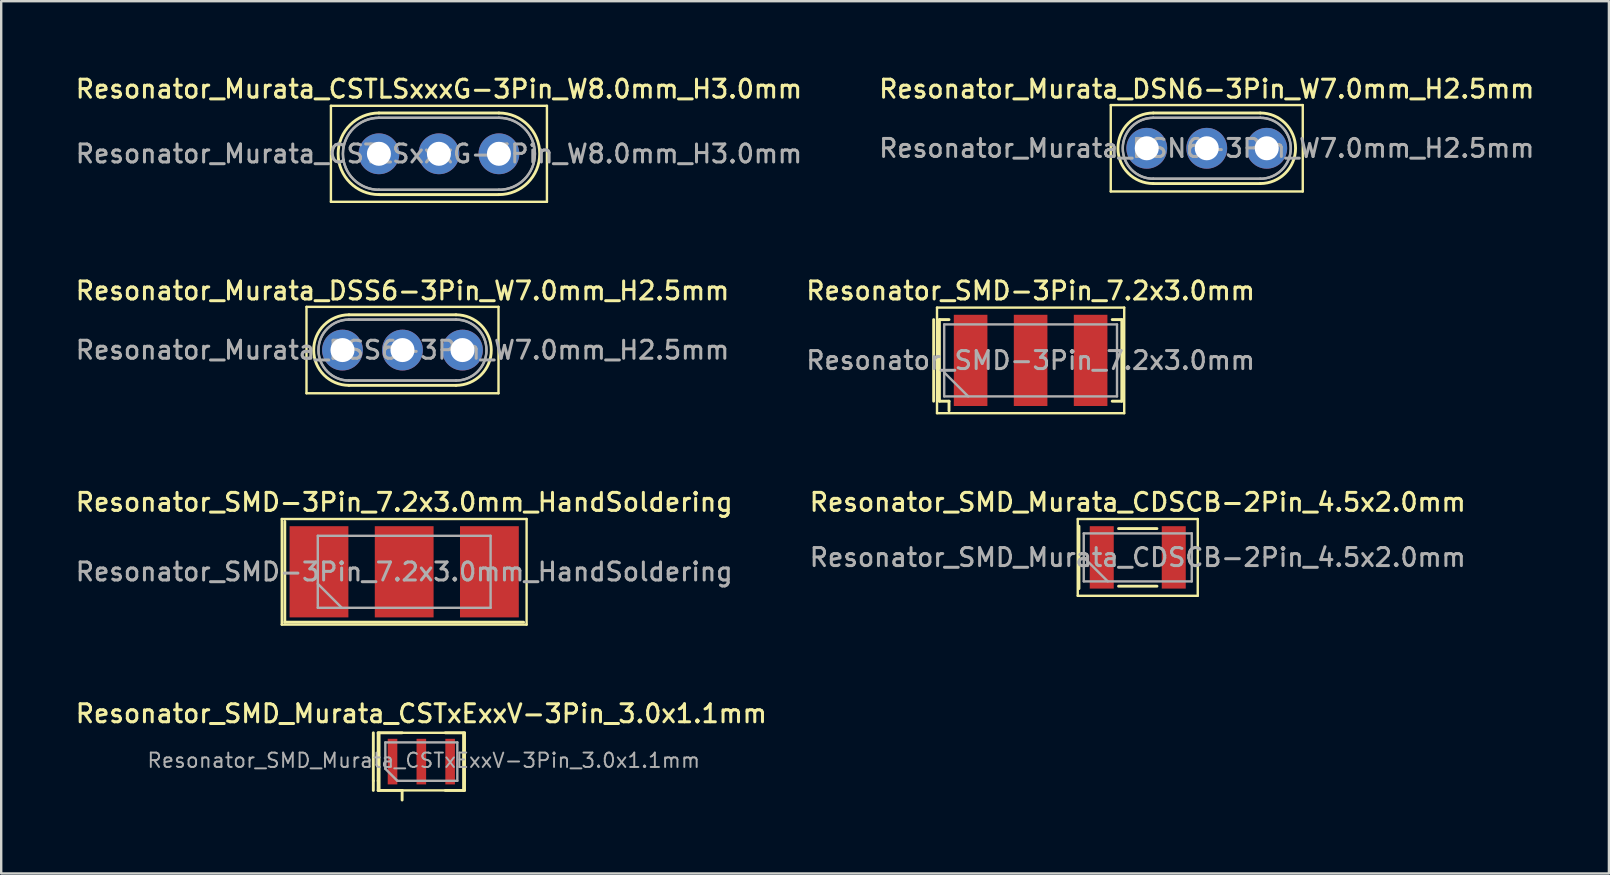
<source format=kicad_pcb>
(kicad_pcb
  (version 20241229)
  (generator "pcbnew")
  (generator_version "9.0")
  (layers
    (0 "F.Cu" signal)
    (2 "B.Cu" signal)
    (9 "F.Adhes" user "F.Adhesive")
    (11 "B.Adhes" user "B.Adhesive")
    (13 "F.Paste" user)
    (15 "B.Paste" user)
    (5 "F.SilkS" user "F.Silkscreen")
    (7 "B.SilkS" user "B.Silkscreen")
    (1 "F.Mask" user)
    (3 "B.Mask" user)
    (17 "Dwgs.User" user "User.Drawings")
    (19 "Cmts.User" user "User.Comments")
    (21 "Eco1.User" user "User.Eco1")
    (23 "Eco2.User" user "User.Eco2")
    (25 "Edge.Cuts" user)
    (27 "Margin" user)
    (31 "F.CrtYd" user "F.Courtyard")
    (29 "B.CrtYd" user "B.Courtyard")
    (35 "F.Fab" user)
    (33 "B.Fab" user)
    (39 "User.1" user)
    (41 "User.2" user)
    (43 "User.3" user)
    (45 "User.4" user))
  (footprint "Resonator_SMD-3Pin_7.2x3.0mm"
    (layer "F.Cu")
    (at 39.891 11.966)
    (property "Reference" "Resonator_SMD-3Pin_7.2x3.0mm" (at 0 -2.9 0) (layer "F.SilkS") (effects (font (size 0.75 0.75) (thickness 0.125))))
    (attr smd)
    (fp_line (start -4.04 -1.7) (end -4.04 1.7) (stroke (width 0.12) (type solid)) (layer "F.SilkS"))
    (fp_line (start -3.9 -2.2) (end -3.9 2.2) (stroke (width 0.1) (type solid)) (layer "F.SilkS"))
    (fp_line (start -3.9 2.2) (end 3.9 2.2) (stroke (width 0.1) (type solid)) (layer "F.SilkS"))
    (fp_line (start -3.8 -1.7) (end -3.4 -1.7) (stroke (width 0.12) (type solid)) (layer "F.SilkS"))
    (fp_line (start -3.8 1.7) (end -3.8 -1.7) (stroke (width 0.12) (type solid)) (layer "F.SilkS"))
    (fp_line (start -3.4 1.7) (end -3.8 1.7) (stroke (width 0.12) (type solid)) (layer "F.SilkS"))
    (fp_line (start -3.4 2.1) (end -3.4 1.7) (stroke (width 0.12) (type solid)) (layer "F.SilkS"))
    (fp_line (start 3.4 -1.7) (end 3.8 -1.7) (stroke (width 0.12) (type solid)) (layer "F.SilkS"))
    (fp_line (start 3.8 -1.7) (end 3.8 1.7) (stroke (width 0.12) (type solid)) (layer "F.SilkS"))
    (fp_line (start 3.8 1.7) (end 3.4 1.7) (stroke (width 0.12) (type solid)) (layer "F.SilkS"))
    (fp_line (start 3.9 -2.2) (end -3.9 -2.2) (stroke (width 0.1) (type solid)) (layer "F.SilkS"))
    (fp_line (start 3.9 2.2) (end 3.9 -2.2) (stroke (width 0.1) (type solid)) (layer "F.SilkS"))
    (fp_line (start -3.6 -1.5) (end -3.6 1.5) (stroke (width 0.1) (type solid)) (layer "F.Fab"))
    (fp_line (start -3.6 0.5) (end -2.6 1.5) (stroke (width 0.1) (type solid)) (layer "F.Fab"))
    (fp_line (start -3.6 1.5) (end 3.6 1.5) (stroke (width 0.1) (type solid)) (layer "F.Fab"))
    (fp_line (start 3.6 -1.5) (end -3.6 -1.5) (stroke (width 0.1) (type solid)) (layer "F.Fab"))
    (fp_line (start 3.6 1.5) (end 3.6 -1.5) (stroke (width 0.1) (type solid)) (layer "F.Fab"))
    (fp_text user "${REFERENCE}" (at 0 0 0) (layer "F.Fab") (effects (font (size 0.75 0.75) (thickness 0.125))))
    (pad "1" smd rect (at -2.5 0) (size 1.4 3.8) (layers "F.Cu" "F.Mask" "F.Paste"))
    (pad "2" smd rect (at 0 0) (size 1.4 3.8) (layers "F.Cu" "F.Mask" "F.Paste"))
    (pad "3" smd rect (at 2.5 0) (size 1.4 3.8) (layers "F.Cu" "F.Mask" "F.Paste")))
  (footprint "Resonator_SMD_Murata_CDSCB-2Pin_4.5x2.0mm"
    (layer "F.Cu")
    (at 44.355 20.174)
    (property "Reference" "Resonator_SMD_Murata_CDSCB-2Pin_4.5x2.0mm" (at 0 -2.3 0) (layer "F.SilkS") (effects (font (size 0.75 0.75) (thickness 0.125))))
    (attr smd)
    (fp_line (start -2.5 -1.6) (end -2.5 1.6) (stroke (width 0.1) (type solid)) (layer "F.SilkS"))
    (fp_line (start -2.5 1.6) (end 2.5 1.6) (stroke (width 0.1) (type solid)) (layer "F.SilkS"))
    (fp_line (start -2.45 -1.3) (end -2.45 1.3) (stroke (width 0.12) (type solid)) (layer "F.SilkS"))
    (fp_line (start -0.8 -1.2) (end 0.8 -1.2) (stroke (width 0.12) (type solid)) (layer "F.SilkS"))
    (fp_line (start -0.8 1.2) (end 0.8 1.2) (stroke (width 0.12) (type solid)) (layer "F.SilkS"))
    (fp_line (start 2.5 -1.6) (end -2.5 -1.6) (stroke (width 0.1) (type solid)) (layer "F.SilkS"))
    (fp_line (start 2.5 1.6) (end 2.5 -1.6) (stroke (width 0.1) (type solid)) (layer "F.SilkS"))
    (fp_line (start -2.25 -1) (end -2.25 1) (stroke (width 0.1) (type solid)) (layer "F.Fab"))
    (fp_line (start -2.25 0) (end -1.25 1) (stroke (width 0.1) (type solid)) (layer "F.Fab"))
    (fp_line (start -2.25 1) (end 2.25 1) (stroke (width 0.1) (type solid)) (layer "F.Fab"))
    (fp_line (start 2.25 -1) (end -2.25 -1) (stroke (width 0.1) (type solid)) (layer "F.Fab"))
    (fp_line (start 2.25 1) (end 2.25 -1) (stroke (width 0.1) (type solid)) (layer "F.Fab"))
    (fp_text user "${REFERENCE}" (at 0 0 0) (layer "F.Fab") (effects (font (size 0.75 0.75) (thickness 0.125))))
    (pad "1" smd rect (at -1.5 0) (size 1 2.6) (layers "F.Cu" "F.Mask" "F.Paste"))
    (pad "2" smd rect (at 1.5 0) (size 1 2.6) (layers "F.Cu" "F.Mask" "F.Paste")))
  (footprint "Resonator_Murata_DSN6-3Pin_W7.0mm_H2.5mm"
    (layer "F.Cu")
    (at 44.73 3.128)
    (property "Reference" "Resonator_Murata_DSN6-3Pin_W7.0mm_H2.5mm" (at 2.5 -2.47 0) (layer "F.SilkS") (effects (font (size 0.75 0.75) (thickness 0.125))))
    (attr through_hole)
    (fp_line (start -1.5 -1.8) (end -1.5 1.8) (stroke (width 0.1) (type solid)) (layer "F.SilkS"))
    (fp_line (start -1.5 1.8) (end 6.5 1.8) (stroke (width 0.1) (type solid)) (layer "F.SilkS"))
    (fp_line (start 0.27 -1.47) (end 4.73 -1.47) (stroke (width 0.12) (type solid)) (layer "F.SilkS"))
    (fp_line (start 0.27 1.47) (end 4.73 1.47) (stroke (width 0.12) (type solid)) (layer "F.SilkS"))
    (fp_line (start 6.5 -1.8) (end -1.5 -1.8) (stroke (width 0.1) (type solid)) (layer "F.SilkS"))
    (fp_line (start 6.5 1.8) (end 6.5 -1.8) (stroke (width 0.1) (type solid)) (layer "F.SilkS"))
    (fp_arc (start 0.27 1.47) (mid -1.2 0) (end 0.27 -1.47) (stroke (width 0.12) (type solid)) (layer "F.SilkS"))
    (fp_arc (start 4.73 -1.47) (mid 6.2 0) (end 4.73 1.47) (stroke (width 0.12) (type solid)) (layer "F.SilkS"))
    (fp_line (start 0.27 -1.27) (end 4.73 -1.27) (stroke (width 0.1) (type solid)) (layer "F.Fab"))
    (fp_line (start 0.27 -1.27) (end 4.73 -1.27) (stroke (width 0.1) (type solid)) (layer "F.Fab"))
    (fp_line (start 0.27 1.27) (end 4.73 1.27) (stroke (width 0.1) (type solid)) (layer "F.Fab"))
    (fp_line (start 0.27 1.27) (end 4.73 1.27) (stroke (width 0.1) (type solid)) (layer "F.Fab"))
    (fp_arc (start 0.27 1.27) (mid -1 0) (end 0.27 -1.27) (stroke (width 0.1) (type solid)) (layer "F.Fab"))
    (fp_arc (start 0.27 1.27) (mid -1 0) (end 0.27 -1.27) (stroke (width 0.1) (type solid)) (layer "F.Fab"))
    (fp_arc (start 4.73 -1.27) (mid 6 0) (end 4.73 1.27) (stroke (width 0.1) (type solid)) (layer "F.Fab"))
    (fp_arc (start 4.73 -1.27) (mid 6 0) (end 4.73 1.27) (stroke (width 0.1) (type solid)) (layer "F.Fab"))
    (fp_text user "${REFERENCE}" (at 2.5 0 0) (layer "F.Fab") (effects (font (size 0.75 0.75) (thickness 0.125))))
    (pad "1" thru_hole circle (at 0 0) (size 1.7 1.7) (drill 1) (layers "*.Cu" "*.Mask"))
    (pad "2" thru_hole circle (at 2.5 0) (size 1.7 1.7) (drill 1) (layers "*.Cu" "*.Mask"))
    (pad "3" thru_hole circle (at 5 0) (size 1.7 1.7) (drill 1) (layers "*.Cu" "*.Mask")))
  (footprint "Resonator_SMD-3Pin_7.2x3.0mm_HandSoldering"
    (layer "F.Cu")
    (at 13.791 20.774)
    (property "Reference" "Resonator_SMD-3Pin_7.2x3.0mm_HandSoldering" (at 0 -2.9 0) (layer "F.SilkS") (effects (font (size 0.75 0.75) (thickness 0.125))))
    (attr smd)
    (fp_line (start -5.1 -2.2) (end -5.1 2.2) (stroke (width 0.1) (type solid)) (layer "F.SilkS"))
    (fp_line (start -5.1 2.2) (end 5.1 2.2) (stroke (width 0.1) (type solid)) (layer "F.SilkS"))
    (fp_line (start -4.975 -2.1) (end -4.975 2.1) (stroke (width 0.12) (type solid)) (layer "F.SilkS"))
    (fp_line (start -4.975 2.1) (end 4.975 2.1) (stroke (width 0.12) (type solid)) (layer "F.SilkS"))
    (fp_line (start 5.1 -2.2) (end -5.1 -2.2) (stroke (width 0.1) (type solid)) (layer "F.SilkS"))
    (fp_line (start 5.1 2.2) (end 5.1 -2.2) (stroke (width 0.1) (type solid)) (layer "F.SilkS"))
    (fp_line (start -3.6 -1.5) (end -3.6 1.5) (stroke (width 0.1) (type solid)) (layer "F.Fab"))
    (fp_line (start -3.6 0.5) (end -2.6 1.5) (stroke (width 0.1) (type solid)) (layer "F.Fab"))
    (fp_line (start -3.6 1.5) (end 3.6 1.5) (stroke (width 0.1) (type solid)) (layer "F.Fab"))
    (fp_line (start 3.6 -1.5) (end -3.6 -1.5) (stroke (width 0.1) (type solid)) (layer "F.Fab"))
    (fp_line (start 3.6 1.5) (end 3.6 -1.5) (stroke (width 0.1) (type solid)) (layer "F.Fab"))
    (fp_text user "${REFERENCE}" (at 0 0 0) (layer "F.Fab") (effects (font (size 0.75 0.75) (thickness 0.125))))
    (pad "1" smd rect (at -3.55 0) (size 2.45 3.8) (layers "F.Cu" "F.Mask" "F.Paste"))
    (pad "2" smd rect (at 0 0) (size 2.45 3.8) (layers "F.Cu" "F.Mask" "F.Paste"))
    (pad "3" smd rect (at 3.55 0) (size 2.45 3.8) (layers "F.Cu" "F.Mask" "F.Paste")))
  (footprint "Resonator_SMD_Murata_CSTxExxV-3Pin_3.0x1.1mm"
    (layer "F.Cu")
    (at 14.505 28.683)
    (property "Reference" "Resonator_SMD_Murata_CSTxExxV-3Pin_3.0x1.1mm" (at 0 -2 0) (layer "F.SilkS") (effects (font (size 0.75 0.75) (thickness 0.125))))
    (attr smd)
    (fp_line (start -2 -1.2) (end -2 0.8) (stroke (width 0.12) (type solid)) (layer "F.SilkS"))
    (fp_line (start -2 0.8) (end -2 1.2) (stroke (width 0.12) (type solid)) (layer "F.SilkS"))
    (fp_line (start -1.8 -1.2) (end -0.8 -1.2) (stroke (width 0.12) (type solid)) (layer "F.SilkS"))
    (fp_line (start -1.8 0.8) (end -1.8 -1.2) (stroke (width 0.12) (type solid)) (layer "F.SilkS"))
    (fp_line (start -1.8 0.8) (end -1.8 1.2) (stroke (width 0.12) (type solid)) (layer "F.SilkS"))
    (fp_line (start -1.75 -1.2) (end 1.75 -1.2) (stroke (width 0.1) (type solid)) (layer "F.SilkS"))
    (fp_line (start -1.75 1.2) (end -1.75 -1.2) (stroke (width 0.1) (type solid)) (layer "F.SilkS"))
    (fp_line (start -0.8 1.2) (end -1.8 1.2) (stroke (width 0.12) (type solid)) (layer "F.SilkS"))
    (fp_line (start -0.8 1.2) (end -0.8 1.6) (stroke (width 0.12) (type solid)) (layer "F.SilkS"))
    (fp_line (start 1 -1.2) (end 1.8 -1.2) (stroke (width 0.12) (type solid)) (layer "F.SilkS"))
    (fp_line (start 1.75 -1.2) (end 1.75 1.2) (stroke (width 0.1) (type solid)) (layer "F.SilkS"))
    (fp_line (start 1.75 1.2) (end -1.75 1.2) (stroke (width 0.1) (type solid)) (layer "F.SilkS"))
    (fp_line (start 1.8 -1.2) (end 1.8 0.8) (stroke (width 0.12) (type solid)) (layer "F.SilkS"))
    (fp_line (start 1.8 0.8) (end 1.8 1.2) (stroke (width 0.12) (type solid)) (layer "F.SilkS"))
    (fp_line (start 1.8 1.2) (end 1 1.2) (stroke (width 0.12) (type solid)) (layer "F.SilkS"))
    (fp_line (start -1.5 0.3) (end -1.5 -0.8) (stroke (width 0.1) (type solid)) (layer "F.Fab"))
    (fp_line (start -1 0.8) (end -1.5 0.3) (stroke (width 0.1) (type solid)) (layer "F.Fab"))
    (fp_line (start -1 0.8) (end 1.5 0.8) (stroke (width 0.1) (type solid)) (layer "F.Fab"))
    (fp_line (start 1.5 -0.8) (end -1.5 -0.8) (stroke (width 0.1) (type solid)) (layer "F.Fab"))
    (fp_line (start 1.5 0.8) (end 1.5 -0.8) (stroke (width 0.1) (type solid)) (layer "F.Fab"))
    (fp_text user "${REFERENCE}" (at 0.1 -0.05 0) (layer "F.Fab") (effects (font (size 0.6 0.6) (thickness 0.08))))
    (pad "1" smd rect (at -1.2 0) (size 0.4 1.9) (layers "F.Cu" "F.Mask" "F.Paste"))
    (pad "2" smd rect (at 0 0) (size 0.4 1.9) (layers "F.Cu" "F.Mask" "F.Paste"))
    (pad "3" smd rect (at 1.2 0) (size 0.4 1.9) (layers "F.Cu" "F.Mask" "F.Paste")))
  (footprint "Resonator_Murata_CSTLSxxxG-3Pin_W8.0mm_H3.0mm"
    (layer "F.Cu")
    (at 12.738 3.358)
    (property "Reference" "Resonator_Murata_CSTLSxxxG-3Pin_W8.0mm_H3.0mm" (at 2.5 -2.7 0) (layer "F.SilkS") (effects (font (size 0.75 0.75) (thickness 0.125))))
    (attr through_hole)
    (fp_line (start -2 -2) (end -2 2) (stroke (width 0.1) (type solid)) (layer "F.SilkS"))
    (fp_line (start -2 2) (end 7 2) (stroke (width 0.1) (type solid)) (layer "F.SilkS"))
    (fp_line (start 0 -1.7) (end 5 -1.7) (stroke (width 0.12) (type solid)) (layer "F.SilkS"))
    (fp_line (start 0 1.7) (end 5 1.7) (stroke (width 0.12) (type solid)) (layer "F.SilkS"))
    (fp_line (start 7 -2) (end -2 -2) (stroke (width 0.1) (type solid)) (layer "F.SilkS"))
    (fp_line (start 7 2) (end 7 -2) (stroke (width 0.1) (type solid)) (layer "F.SilkS"))
    (fp_arc (start 0 1.7) (mid -1.7 0) (end 0 -1.7) (stroke (width 0.12) (type solid)) (layer "F.SilkS"))
    (fp_arc (start 5 -1.7) (mid 6.7 0) (end 5 1.7) (stroke (width 0.12) (type solid)) (layer "F.SilkS"))
    (fp_line (start 0 -1.5) (end 5 -1.5) (stroke (width 0.1) (type solid)) (layer "F.Fab"))
    (fp_line (start 0 -1.5) (end 5 -1.5) (stroke (width 0.1) (type solid)) (layer "F.Fab"))
    (fp_line (start 0 1.5) (end 5 1.5) (stroke (width 0.1) (type solid)) (layer "F.Fab"))
    (fp_line (start 0 1.5) (end 5 1.5) (stroke (width 0.1) (type solid)) (layer "F.Fab"))
    (fp_arc (start 0 1.5) (mid -1.5 0) (end 0 -1.5) (stroke (width 0.1) (type solid)) (layer "F.Fab"))
    (fp_arc (start 0 1.5) (mid -1.5 0) (end 0 -1.5) (stroke (width 0.1) (type solid)) (layer "F.Fab"))
    (fp_arc (start 5 -1.5) (mid 6.5 0) (end 5 1.5) (stroke (width 0.1) (type solid)) (layer "F.Fab"))
    (fp_arc (start 5 -1.5) (mid 6.5 0) (end 5 1.5) (stroke (width 0.1) (type solid)) (layer "F.Fab"))
    (fp_text user "${REFERENCE}" (at 2.5 0 0) (layer "F.Fab") (effects (font (size 0.75 0.75) (thickness 0.125))))
    (pad "1" thru_hole circle (at 0 0) (size 1.7 1.7) (drill 1) (layers "*.Cu" "*.Mask"))
    (pad "2" thru_hole circle (at 2.5 0) (size 1.7 1.7) (drill 1) (layers "*.Cu" "*.Mask"))
    (pad "3" thru_hole circle (at 5 0) (size 1.7 1.7) (drill 1) (layers "*.Cu" "*.Mask")))
  (footprint "Resonator_Murata_DSS6-3Pin_W7.0mm_H2.5mm"
    (layer "F.Cu")
    (at 11.22 11.536)
    (property "Reference" "Resonator_Murata_DSS6-3Pin_W7.0mm_H2.5mm" (at 2.5 -2.47 0) (layer "F.SilkS") (effects (font (size 0.75 0.75) (thickness 0.125))))
    (attr through_hole)
    (fp_line (start -1.5 -1.8) (end -1.5 1.8) (stroke (width 0.1) (type solid)) (layer "F.SilkS"))
    (fp_line (start -1.5 1.8) (end 6.5 1.8) (stroke (width 0.1) (type solid)) (layer "F.SilkS"))
    (fp_line (start 0.27 -1.47) (end 4.73 -1.47) (stroke (width 0.12) (type solid)) (layer "F.SilkS"))
    (fp_line (start 0.27 1.47) (end 4.73 1.47) (stroke (width 0.12) (type solid)) (layer "F.SilkS"))
    (fp_line (start 6.5 -1.8) (end -1.5 -1.8) (stroke (width 0.1) (type solid)) (layer "F.SilkS"))
    (fp_line (start 6.5 1.8) (end 6.5 -1.8) (stroke (width 0.1) (type solid)) (layer "F.SilkS"))
    (fp_arc (start 0.27 1.47) (mid -1.2 0) (end 0.27 -1.47) (stroke (width 0.12) (type solid)) (layer "F.SilkS"))
    (fp_arc (start 4.73 -1.47) (mid 6.2 0) (end 4.73 1.47) (stroke (width 0.12) (type solid)) (layer "F.SilkS"))
    (fp_line (start 0.27 -1.27) (end 4.73 -1.27) (stroke (width 0.1) (type solid)) (layer "F.Fab"))
    (fp_line (start 0.27 -1.27) (end 4.73 -1.27) (stroke (width 0.1) (type solid)) (layer "F.Fab"))
    (fp_line (start 0.27 1.27) (end 4.73 1.27) (stroke (width 0.1) (type solid)) (layer "F.Fab"))
    (fp_line (start 0.27 1.27) (end 4.73 1.27) (stroke (width 0.1) (type solid)) (layer "F.Fab"))
    (fp_arc (start 0.27 1.27) (mid -1 0) (end 0.27 -1.27) (stroke (width 0.1) (type solid)) (layer "F.Fab"))
    (fp_arc (start 0.27 1.27) (mid -1 0) (end 0.27 -1.27) (stroke (width 0.1) (type solid)) (layer "F.Fab"))
    (fp_arc (start 4.73 -1.27) (mid 6 0) (end 4.73 1.27) (stroke (width 0.1) (type solid)) (layer "F.Fab"))
    (fp_arc (start 4.73 -1.27) (mid 6 0) (end 4.73 1.27) (stroke (width 0.1) (type solid)) (layer "F.Fab"))
    (fp_text user "${REFERENCE}" (at 2.5 0 0) (layer "F.Fab") (effects (font (size 0.75 0.75) (thickness 0.125))))
    (pad "1" thru_hole circle (at 0 0) (size 1.7 1.7) (drill 1) (layers "*.Cu" "*.Mask"))
    (pad "2" thru_hole circle (at 2.5 0) (size 1.7 1.7) (drill 1) (layers "*.Cu" "*.Mask"))
    (pad "3" thru_hole circle (at 5 0) (size 1.7 1.7) (drill 1) (layers "*.Cu" "*.Mask")))
  (gr_rect
    (start -3 -3)
    (end 63.986 33.343)
    (stroke (width 0.1) (type default))
    (fill no)
    (layer "Edge.Cuts")))
</source>
